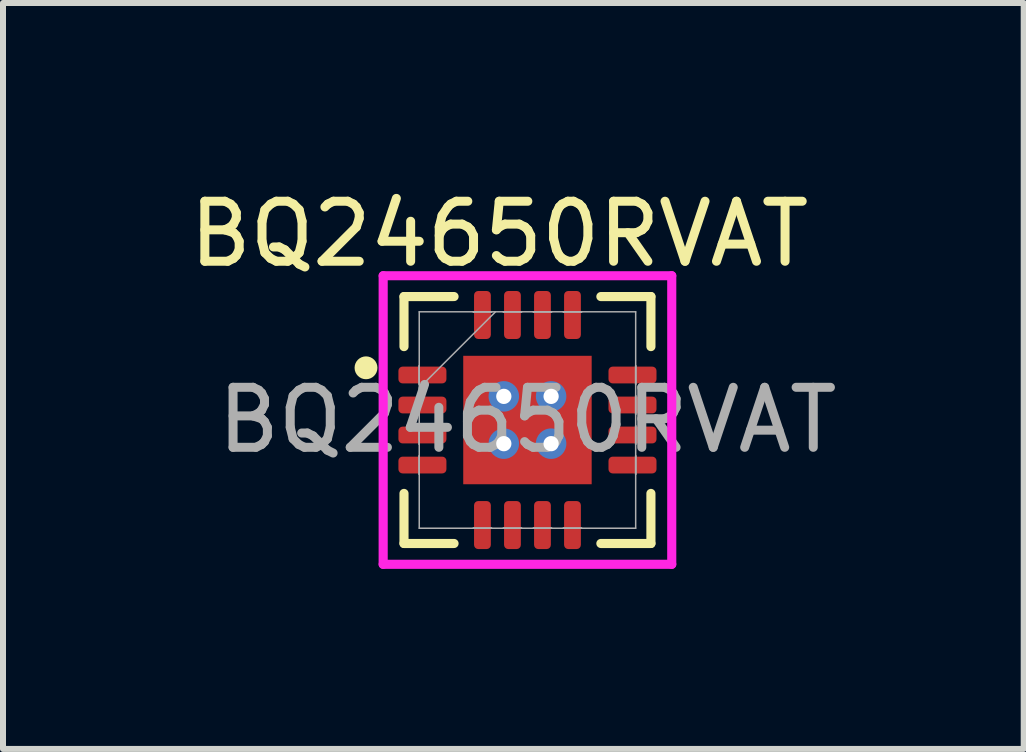
<source format=kicad_pcb>
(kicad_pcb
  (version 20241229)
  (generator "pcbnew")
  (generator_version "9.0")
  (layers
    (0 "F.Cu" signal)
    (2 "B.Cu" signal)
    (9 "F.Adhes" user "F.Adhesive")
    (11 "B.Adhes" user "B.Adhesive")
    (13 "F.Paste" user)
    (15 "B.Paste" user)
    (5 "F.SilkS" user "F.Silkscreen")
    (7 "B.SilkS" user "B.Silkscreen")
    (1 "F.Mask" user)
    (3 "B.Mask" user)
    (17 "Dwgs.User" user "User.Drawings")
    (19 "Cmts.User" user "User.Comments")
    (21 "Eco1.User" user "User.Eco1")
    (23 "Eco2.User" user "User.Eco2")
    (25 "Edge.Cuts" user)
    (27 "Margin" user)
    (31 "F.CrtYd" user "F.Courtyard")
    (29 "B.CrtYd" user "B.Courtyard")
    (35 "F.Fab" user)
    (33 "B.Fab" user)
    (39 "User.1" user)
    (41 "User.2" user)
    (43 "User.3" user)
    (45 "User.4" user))
  (footprint "BQ24650RVAT"
    (layer "F.Cu")
    (at 5.738 3.948)
    (property "Reference" "BQ24650RVAT" (at -0.47 -3.1 0) (unlocked yes) (layer "F.SilkS") (effects (font (size 1 1) (thickness 0.15))))
    (attr smd)
    (fp_poly (pts (xy -2.22 -0.96) (xy -2.22 -0.54) (xy -1.28 -0.54) (xy -1.28 -0.96)) (stroke (width 0) (type solid)) (fill yes) (layer "F.Mask"))
    (fp_poly (pts (xy -2.22 -0.46) (xy -2.22 -0.04) (xy -1.28 -0.04) (xy -1.28 -0.46)) (stroke (width 0) (type solid)) (fill yes) (layer "F.Mask"))
    (fp_poly (pts (xy -2.22 0.04) (xy -2.22 0.46) (xy -1.28 0.46) (xy -1.28 0.04)) (stroke (width 0) (type solid)) (fill yes) (layer "F.Mask"))
    (fp_poly (pts (xy -2.22 0.54) (xy -2.22 0.96) (xy -1.28 0.96) (xy -1.28 0.54)) (stroke (width 0) (type solid)) (fill yes) (layer "F.Mask"))
    (fp_poly (pts (xy -1.133 -1.133) (xy -0.594 -1.133) (xy -0.594 1.133) (xy -1.133 1.133)) (stroke (width 0) (type solid)) (fill yes) (layer "F.Mask"))
    (fp_poly (pts (xy -1.133 -1.133) (xy 1.133 -1.133) (xy 1.133 -0.594) (xy -1.133 -0.594)) (stroke (width 0) (type solid)) (fill yes) (layer "F.Mask"))
    (fp_poly (pts (xy -1.133 -0.194) (xy 1.133 -0.194) (xy 1.133 0.194) (xy -1.133 0.194)) (stroke (width 0) (type solid)) (fill yes) (layer "F.Mask"))
    (fp_poly (pts (xy -1.133 0.594) (xy 1.133 0.594) (xy 1.133 1.133) (xy -1.133 1.133)) (stroke (width 0) (type solid)) (fill yes) (layer "F.Mask"))
    (fp_poly (pts (xy -0.96 -2.22) (xy -0.96 -1.28) (xy -0.54 -1.28) (xy -0.54 -2.22)) (stroke (width 0) (type solid)) (fill yes) (layer "F.Mask"))
    (fp_poly (pts (xy -0.96 1.28) (xy -0.96 2.22) (xy -0.54 2.22) (xy -0.54 1.28)) (stroke (width 0) (type solid)) (fill yes) (layer "F.Mask"))
    (fp_poly (pts (xy -0.46 -2.22) (xy -0.46 -1.28) (xy -0.04 -1.28) (xy -0.04 -2.22)) (stroke (width 0) (type solid)) (fill yes) (layer "F.Mask"))
    (fp_poly (pts (xy -0.46 1.28) (xy -0.46 2.22) (xy -0.04 2.22) (xy -0.04 1.28)) (stroke (width 0) (type solid)) (fill yes) (layer "F.Mask"))
    (fp_poly (pts (xy 0.04 -2.22) (xy 0.04 -1.28) (xy 0.46 -1.28) (xy 0.46 -2.22)) (stroke (width 0) (type solid)) (fill yes) (layer "F.Mask"))
    (fp_poly (pts (xy 0.04 1.28) (xy 0.04 2.22) (xy 0.46 2.22) (xy 0.46 1.28)) (stroke (width 0) (type solid)) (fill yes) (layer "F.Mask"))
    (fp_poly (pts (xy 0.194 -1.133) (xy -0.194 -1.133) (xy -0.194 1.133) (xy 0.194 1.133)) (stroke (width 0) (type solid)) (fill yes) (layer "F.Mask"))
    (fp_poly (pts (xy 0.54 -2.22) (xy 0.54 -1.28) (xy 0.96 -1.28) (xy 0.96 -2.22)) (stroke (width 0) (type solid)) (fill yes) (layer "F.Mask"))
    (fp_poly (pts (xy 0.54 1.28) (xy 0.54 2.22) (xy 0.96 2.22) (xy 0.96 1.28)) (stroke (width 0) (type solid)) (fill yes) (layer "F.Mask"))
    (fp_poly (pts (xy 0.594 -1.133) (xy 1.133 -1.133) (xy 1.133 1.133) (xy 0.594 1.133)) (stroke (width 0) (type solid)) (fill yes) (layer "F.Mask"))
    (fp_poly (pts (xy 1.28 -0.96) (xy 1.28 -0.54) (xy 2.22 -0.54) (xy 2.22 -0.96)) (stroke (width 0) (type solid)) (fill yes) (layer "F.Mask"))
    (fp_poly (pts (xy 1.28 -0.46) (xy 1.28 -0.04) (xy 2.22 -0.04) (xy 2.22 -0.46)) (stroke (width 0) (type solid)) (fill yes) (layer "F.Mask"))
    (fp_poly (pts (xy 1.28 0.04) (xy 1.28 0.46) (xy 2.22 0.46) (xy 2.22 0.04)) (stroke (width 0) (type solid)) (fill yes) (layer "F.Mask"))
    (fp_poly (pts (xy 1.28 0.54) (xy 1.28 0.96) (xy 2.22 0.96) (xy 2.22 0.54)) (stroke (width 0) (type solid)) (fill yes) (layer "F.Mask"))
    (fp_line (start -2.057 -2.057) (end -2.057 -1.223) (stroke (width 0.152) (type solid)) (layer "F.SilkS"))
    (fp_line (start -2.057 1.223) (end -2.057 2.057) (stroke (width 0.152) (type solid)) (layer "F.SilkS"))
    (fp_line (start -2.057 2.057) (end -1.223 2.057) (stroke (width 0.152) (type solid)) (layer "F.SilkS"))
    (fp_line (start -1.223 -2.057) (end -2.057 -2.057) (stroke (width 0.152) (type solid)) (layer "F.SilkS"))
    (fp_line (start 1.223 2.057) (end 2.057 2.057) (stroke (width 0.152) (type solid)) (layer "F.SilkS"))
    (fp_line (start 2.057 -2.057) (end 1.223 -2.057) (stroke (width 0.152) (type solid)) (layer "F.SilkS"))
    (fp_line (start 2.057 -1.223) (end 2.057 -2.057) (stroke (width 0.152) (type solid)) (layer "F.SilkS"))
    (fp_line (start 2.057 2.057) (end 2.057 1.223) (stroke (width 0.152) (type solid)) (layer "F.SilkS"))
    (fp_circle (center -2.69 -0.87) (end -2.55 -0.86) (stroke (width 0.1) (type solid)) (fill yes) (layer "F.SilkS"))
    (fp_poly (pts (xy -2.125 -0.865) (xy -2.125 -0.635) (xy -1.375 -0.635) (xy -1.375 -0.865)) (stroke (width 0) (type solid)) (fill yes) (layer "F.Paste"))
    (fp_poly (pts (xy -2.125 -0.365) (xy -2.125 -0.135) (xy -1.375 -0.135) (xy -1.375 -0.365)) (stroke (width 0) (type solid)) (fill yes) (layer "F.Paste"))
    (fp_poly (pts (xy -2.125 0.135) (xy -2.125 0.365) (xy -1.375 0.365) (xy -1.375 0.135)) (stroke (width 0) (type solid)) (fill yes) (layer "F.Paste"))
    (fp_poly (pts (xy -2.125 0.635) (xy -2.125 0.865) (xy -1.375 0.865) (xy -1.375 0.635)) (stroke (width 0) (type solid)) (fill yes) (layer "F.Paste"))
    (fp_poly (pts (xy -0.865 -2.125) (xy -0.865 -1.375) (xy -0.635 -1.375) (xy -0.635 -2.125)) (stroke (width 0) (type solid)) (fill yes) (layer "F.Paste"))
    (fp_poly (pts (xy -0.865 1.375) (xy -0.865 2.125) (xy -0.635 2.125) (xy -0.635 1.375)) (stroke (width 0) (type solid)) (fill yes) (layer "F.Paste"))
    (fp_poly (pts (xy -0.365 -2.125) (xy -0.365 -1.375) (xy -0.135 -1.375) (xy -0.135 -2.125)) (stroke (width 0) (type solid)) (fill yes) (layer "F.Paste"))
    (fp_poly (pts (xy -0.365 1.375) (xy -0.365 2.125) (xy -0.135 2.125) (xy -0.135 1.375)) (stroke (width 0) (type solid)) (fill yes) (layer "F.Paste"))
    (fp_poly (pts (xy 0.135 -2.125) (xy 0.135 -1.375) (xy 0.365 -1.375) (xy 0.365 -2.125)) (stroke (width 0) (type solid)) (fill yes) (layer "F.Paste"))
    (fp_poly (pts (xy 0.135 1.375) (xy 0.135 2.125) (xy 0.365 2.125) (xy 0.365 1.375)) (stroke (width 0) (type solid)) (fill yes) (layer "F.Paste"))
    (fp_poly (pts (xy 0.635 -2.125) (xy 0.635 -1.375) (xy 0.865 -1.375) (xy 0.865 -2.125)) (stroke (width 0) (type solid)) (fill yes) (layer "F.Paste"))
    (fp_poly (pts (xy 0.635 1.375) (xy 0.635 2.125) (xy 0.865 2.125) (xy 0.865 1.375)) (stroke (width 0) (type solid)) (fill yes) (layer "F.Paste"))
    (fp_poly (pts (xy 1.375 -0.865) (xy 1.375 -0.635) (xy 2.125 -0.635) (xy 2.125 -0.865)) (stroke (width 0) (type solid)) (fill yes) (layer "F.Paste"))
    (fp_poly (pts (xy 1.375 -0.365) (xy 1.375 -0.135) (xy 2.125 -0.135) (xy 2.125 -0.365)) (stroke (width 0) (type solid)) (fill yes) (layer "F.Paste"))
    (fp_poly (pts (xy 1.375 0.135) (xy 1.375 0.365) (xy 2.125 0.365) (xy 2.125 0.135)) (stroke (width 0) (type solid)) (fill yes) (layer "F.Paste"))
    (fp_poly (pts (xy 1.375 0.635) (xy 1.375 0.865) (xy 2.125 0.865) (xy 2.125 0.635)) (stroke (width 0) (type solid)) (fill yes) (layer "F.Paste"))
    (fp_poly (pts (xy -0.995 -0.995) (xy -0.995 -0.494) (xy -0.635 -0.494) (xy -0.494 -0.635) (xy -0.494 -0.995)) (stroke (width 0) (type solid)) (fill yes) (layer "F.Paste"))
    (fp_poly (pts (xy -0.995 0.494) (xy -0.995 0.995) (xy -0.494 0.995) (xy -0.494 0.635) (xy -0.635 0.494)) (stroke (width 0) (type solid)) (fill yes) (layer "F.Paste"))
    (fp_poly (pts (xy 0.494 -0.995) (xy 0.494 -0.635) (xy 0.635 -0.494) (xy 0.995 -0.494) (xy 0.995 -0.995)) (stroke (width 0) (type solid)) (fill yes) (layer "F.Paste"))
    (fp_poly (pts (xy 0.635 0.494) (xy 0.494 0.635) (xy 0.494 0.995) (xy 0.995 0.995) (xy 0.995 0.494)) (stroke (width 0) (type solid)) (fill yes) (layer "F.Paste"))
    (fp_poly (pts (xy -0.995 -0.294) (xy -0.995 0.294) (xy -0.635 0.294) (xy -0.494 0.152) (xy -0.494 -0.152) (xy -0.635 -0.294)) (stroke (width 0) (type solid)) (fill yes) (layer "F.Paste"))
    (fp_poly (pts (xy -0.294 -0.995) (xy -0.294 -0.635) (xy -0.152 -0.494) (xy 0.152 -0.494) (xy 0.294 -0.635) (xy 0.294 -0.995)) (stroke (width 0) (type solid)) (fill yes) (layer "F.Paste"))
    (fp_poly (pts (xy -0.152 0.494) (xy -0.294 0.635) (xy -0.294 0.995) (xy 0.294 0.995) (xy 0.294 0.635) (xy 0.152 0.494)) (stroke (width 0) (type solid)) (fill yes) (layer "F.Paste"))
    (fp_poly (pts (xy 0.635 -0.294) (xy 0.494 -0.152) (xy 0.494 0.152) (xy 0.635 0.294) (xy 0.995 0.294) (xy 0.995 -0.294)) (stroke (width 0) (type solid)) (fill yes) (layer "F.Paste"))
    (fp_poly (pts (xy -0.152 -0.294) (xy -0.294 -0.152) (xy -0.294 0.152) (xy -0.152 0.294) (xy 0.152 0.294) (xy 0.294 0.152) (xy 0.294 -0.152) (xy 0.152 -0.294)) (stroke (width 0) (type solid)) (fill yes) (layer "F.Paste"))
    (fp_line (start -2.404 -2.404) (end 2.404 -2.404) (stroke (width 0.152) (type solid)) (layer "F.CrtYd"))
    (fp_line (start -2.404 2.404) (end -2.404 -2.404) (stroke (width 0.152) (type solid)) (layer "F.CrtYd"))
    (fp_line (start 2.404 -2.404) (end 2.404 2.404) (stroke (width 0.152) (type solid)) (layer "F.CrtYd"))
    (fp_line (start 2.404 2.404) (end -2.404 2.404) (stroke (width 0.152) (type solid)) (layer "F.CrtYd"))
    (fp_line (start -1.803 -1.803) (end -1.803 1.803) (stroke (width 0.025) (type solid)) (layer "F.Fab"))
    (fp_line (start -1.803 -0.902) (end -1.803 -0.902) (stroke (width 0.025) (type solid)) (layer "F.Fab"))
    (fp_line (start -1.803 -0.902) (end -1.803 -0.598) (stroke (width 0.025) (type solid)) (layer "F.Fab"))
    (fp_line (start -1.803 -0.598) (end -1.803 -0.902) (stroke (width 0.025) (type solid)) (layer "F.Fab"))
    (fp_line (start -1.803 -0.598) (end -1.803 -0.598) (stroke (width 0.025) (type solid)) (layer "F.Fab"))
    (fp_line (start -1.803 -0.533) (end -0.533 -1.803) (stroke (width 0.025) (type solid)) (layer "F.Fab"))
    (fp_line (start -1.803 -0.402) (end -1.803 -0.402) (stroke (width 0.025) (type solid)) (layer "F.Fab"))
    (fp_line (start -1.803 -0.402) (end -1.803 -0.098) (stroke (width 0.025) (type solid)) (layer "F.Fab"))
    (fp_line (start -1.803 -0.098) (end -1.803 -0.402) (stroke (width 0.025) (type solid)) (layer "F.Fab"))
    (fp_line (start -1.803 -0.098) (end -1.803 -0.098) (stroke (width 0.025) (type solid)) (layer "F.Fab"))
    (fp_line (start -1.803 0.098) (end -1.803 0.098) (stroke (width 0.025) (type solid)) (layer "F.Fab"))
    (fp_line (start -1.803 0.098) (end -1.803 0.402) (stroke (width 0.025) (type solid)) (layer "F.Fab"))
    (fp_line (start -1.803 0.402) (end -1.803 0.098) (stroke (width 0.025) (type solid)) (layer "F.Fab"))
    (fp_line (start -1.803 0.402) (end -1.803 0.402) (stroke (width 0.025) (type solid)) (layer "F.Fab"))
    (fp_line (start -1.803 0.598) (end -1.803 0.598) (stroke (width 0.025) (type solid)) (layer "F.Fab"))
    (fp_line (start -1.803 0.598) (end -1.803 0.902) (stroke (width 0.025) (type solid)) (layer "F.Fab"))
    (fp_line (start -1.803 0.902) (end -1.803 0.598) (stroke (width 0.025) (type solid)) (layer "F.Fab"))
    (fp_line (start -1.803 0.902) (end -1.803 0.902) (stroke (width 0.025) (type solid)) (layer "F.Fab"))
    (fp_line (start -1.803 1.803) (end 1.803 1.803) (stroke (width 0.025) (type solid)) (layer "F.Fab"))
    (fp_line (start -0.902 -1.803) (end -0.902 -1.803) (stroke (width 0.025) (type solid)) (layer "F.Fab"))
    (fp_line (start -0.902 -1.803) (end -0.598 -1.803) (stroke (width 0.025) (type solid)) (layer "F.Fab"))
    (fp_line (start -0.902 1.803) (end -0.902 1.803) (stroke (width 0.025) (type solid)) (layer "F.Fab"))
    (fp_line (start -0.902 1.803) (end -0.598 1.803) (stroke (width 0.025) (type solid)) (layer "F.Fab"))
    (fp_line (start -0.598 -1.803) (end -0.902 -1.803) (stroke (width 0.025) (type solid)) (layer "F.Fab"))
    (fp_line (start -0.598 -1.803) (end -0.598 -1.803) (stroke (width 0.025) (type solid)) (layer "F.Fab"))
    (fp_line (start -0.598 1.803) (end -0.902 1.803) (stroke (width 0.025) (type solid)) (layer "F.Fab"))
    (fp_line (start -0.598 1.803) (end -0.598 1.803) (stroke (width 0.025) (type solid)) (layer "F.Fab"))
    (fp_line (start -0.402 -1.803) (end -0.402 -1.803) (stroke (width 0.025) (type solid)) (layer "F.Fab"))
    (fp_line (start -0.402 -1.803) (end -0.098 -1.803) (stroke (width 0.025) (type solid)) (layer "F.Fab"))
    (fp_line (start -0.402 1.803) (end -0.402 1.803) (stroke (width 0.025) (type solid)) (layer "F.Fab"))
    (fp_line (start -0.402 1.803) (end -0.098 1.803) (stroke (width 0.025) (type solid)) (layer "F.Fab"))
    (fp_line (start -0.098 -1.803) (end -0.402 -1.803) (stroke (width 0.025) (type solid)) (layer "F.Fab"))
    (fp_line (start -0.098 -1.803) (end -0.098 -1.803) (stroke (width 0.025) (type solid)) (layer "F.Fab"))
    (fp_line (start -0.098 1.803) (end -0.402 1.803) (stroke (width 0.025) (type solid)) (layer "F.Fab"))
    (fp_line (start -0.098 1.803) (end -0.098 1.803) (stroke (width 0.025) (type solid)) (layer "F.Fab"))
    (fp_line (start 0.098 -1.803) (end 0.098 -1.803) (stroke (width 0.025) (type solid)) (layer "F.Fab"))
    (fp_line (start 0.098 -1.803) (end 0.402 -1.803) (stroke (width 0.025) (type solid)) (layer "F.Fab"))
    (fp_line (start 0.098 1.803) (end 0.098 1.803) (stroke (width 0.025) (type solid)) (layer "F.Fab"))
    (fp_line (start 0.098 1.803) (end 0.402 1.803) (stroke (width 0.025) (type solid)) (layer "F.Fab"))
    (fp_line (start 0.402 -1.803) (end 0.098 -1.803) (stroke (width 0.025) (type solid)) (layer "F.Fab"))
    (fp_line (start 0.402 -1.803) (end 0.402 -1.803) (stroke (width 0.025) (type solid)) (layer "F.Fab"))
    (fp_line (start 0.402 1.803) (end 0.098 1.803) (stroke (width 0.025) (type solid)) (layer "F.Fab"))
    (fp_line (start 0.402 1.803) (end 0.402 1.803) (stroke (width 0.025) (type solid)) (layer "F.Fab"))
    (fp_line (start 0.598 -1.803) (end 0.598 -1.803) (stroke (width 0.025) (type solid)) (layer "F.Fab"))
    (fp_line (start 0.598 -1.803) (end 0.902 -1.803) (stroke (width 0.025) (type solid)) (layer "F.Fab"))
    (fp_line (start 0.598 1.803) (end 0.598 1.803) (stroke (width 0.025) (type solid)) (layer "F.Fab"))
    (fp_line (start 0.598 1.803) (end 0.902 1.803) (stroke (width 0.025) (type solid)) (layer "F.Fab"))
    (fp_line (start 0.902 -1.803) (end 0.598 -1.803) (stroke (width 0.025) (type solid)) (layer "F.Fab"))
    (fp_line (start 0.902 -1.803) (end 0.902 -1.803) (stroke (width 0.025) (type solid)) (layer "F.Fab"))
    (fp_line (start 0.902 1.803) (end 0.598 1.803) (stroke (width 0.025) (type solid)) (layer "F.Fab"))
    (fp_line (start 0.902 1.803) (end 0.902 1.803) (stroke (width 0.025) (type solid)) (layer "F.Fab"))
    (fp_line (start 1.803 -1.803) (end -1.803 -1.803) (stroke (width 0.025) (type solid)) (layer "F.Fab"))
    (fp_line (start 1.803 -0.902) (end 1.803 -0.902) (stroke (width 0.025) (type solid)) (layer "F.Fab"))
    (fp_line (start 1.803 -0.902) (end 1.803 -0.598) (stroke (width 0.025) (type solid)) (layer "F.Fab"))
    (fp_line (start 1.803 -0.598) (end 1.803 -0.902) (stroke (width 0.025) (type solid)) (layer "F.Fab"))
    (fp_line (start 1.803 -0.598) (end 1.803 -0.598) (stroke (width 0.025) (type solid)) (layer "F.Fab"))
    (fp_line (start 1.803 -0.402) (end 1.803 -0.402) (stroke (width 0.025) (type solid)) (layer "F.Fab"))
    (fp_line (start 1.803 -0.402) (end 1.803 -0.098) (stroke (width 0.025) (type solid)) (layer "F.Fab"))
    (fp_line (start 1.803 -0.098) (end 1.803 -0.402) (stroke (width 0.025) (type solid)) (layer "F.Fab"))
    (fp_line (start 1.803 -0.098) (end 1.803 -0.098) (stroke (width 0.025) (type solid)) (layer "F.Fab"))
    (fp_line (start 1.803 0.098) (end 1.803 0.098) (stroke (width 0.025) (type solid)) (layer "F.Fab"))
    (fp_line (start 1.803 0.098) (end 1.803 0.402) (stroke (width 0.025) (type solid)) (layer "F.Fab"))
    (fp_line (start 1.803 0.402) (end 1.803 0.098) (stroke (width 0.025) (type solid)) (layer "F.Fab"))
    (fp_line (start 1.803 0.402) (end 1.803 0.402) (stroke (width 0.025) (type solid)) (layer "F.Fab"))
    (fp_line (start 1.803 0.598) (end 1.803 0.598) (stroke (width 0.025) (type solid)) (layer "F.Fab"))
    (fp_line (start 1.803 0.598) (end 1.803 0.902) (stroke (width 0.025) (type solid)) (layer "F.Fab"))
    (fp_line (start 1.803 0.902) (end 1.803 0.598) (stroke (width 0.025) (type solid)) (layer "F.Fab"))
    (fp_line (start 1.803 0.902) (end 1.803 0.902) (stroke (width 0.025) (type solid)) (layer "F.Fab"))
    (fp_line (start 1.803 1.803) (end 1.803 -1.803) (stroke (width 0.025) (type solid)) (layer "F.Fab"))
    (fp_text user "${REFERENCE}" (at 0 0 0) (unlocked yes) (layer "F.Fab") (effects (font (size 1 1) (thickness 0.15))))
    (pad "1" smd roundrect (at -1.75 -0.75 90) (size 0.28 0.8) (layers "F.Cu" "F.Mask") (roundrect_rratio 0.25))
    (pad "2" smd roundrect (at -1.75 -0.25 90) (size 0.28 0.8) (layers "F.Cu" "F.Mask") (roundrect_rratio 0.25))
    (pad "3" smd roundrect (at -1.75 0.25 90) (size 0.28 0.8) (layers "F.Cu" "F.Mask") (roundrect_rratio 0.25))
    (pad "4" smd roundrect (at -1.75 0.75 90) (size 0.28 0.8) (layers "F.Cu" "F.Mask") (roundrect_rratio 0.25))
    (pad "5" smd roundrect (at -0.75 1.75) (size 0.28 0.8) (layers "F.Cu" "F.Mask") (roundrect_rratio 0.25))
    (pad "6" smd roundrect (at -0.25 1.75) (size 0.28 0.8) (layers "F.Cu" "F.Mask") (roundrect_rratio 0.25))
    (pad "7" smd roundrect (at 0.25 1.75) (size 0.28 0.8) (layers "F.Cu" "F.Mask") (roundrect_rratio 0.25))
    (pad "8" smd roundrect (at 0.75 1.75) (size 0.28 0.8) (layers "F.Cu" "F.Mask") (roundrect_rratio 0.25))
    (pad "9" smd roundrect (at 1.75 0.75 90) (size 0.28 0.8) (layers "F.Cu" "F.Mask") (roundrect_rratio 0.25))
    (pad "10" smd roundrect (at 1.75 0.25 90) (size 0.28 0.8) (layers "F.Cu" "F.Mask") (roundrect_rratio 0.25))
    (pad "11" smd roundrect (at 1.75 -0.25 90) (size 0.28 0.8) (layers "F.Cu" "F.Mask") (roundrect_rratio 0.25))
    (pad "12" smd roundrect (at 1.75 -0.75 90) (size 0.28 0.8) (layers "F.Cu" "F.Mask") (roundrect_rratio 0.25))
    (pad "13" smd roundrect (at 0.75 -1.75) (size 0.28 0.8) (layers "F.Cu" "F.Mask") (roundrect_rratio 0.25))
    (pad "14" smd roundrect (at 0.25 -1.75) (size 0.28 0.8) (layers "F.Cu" "F.Mask") (roundrect_rratio 0.25))
    (pad "15" smd roundrect (at -0.25 -1.75) (size 0.28 0.8) (layers "F.Cu" "F.Mask") (roundrect_rratio 0.25))
    (pad "16" smd roundrect (at -0.75 -1.75) (size 0.28 0.8) (layers "F.Cu" "F.Mask") (roundrect_rratio 0.25))
    (pad "17" smd rect (at 0 0) (size 2.14 2.14) (layers "F.Cu"))
    (pad "V" thru_hole circle (at -0.394 -0.394) (size 0.508 0.508) (drill 0.254) (layers "*.Cu" "*.Mask"))
    (pad "V" thru_hole circle (at -0.394 0.394) (size 0.508 0.508) (drill 0.254) (layers "*.Cu" "*.Mask"))
    (pad "V" thru_hole circle (at 0.394 -0.394) (size 0.508 0.508) (drill 0.254) (layers "*.Cu" "*.Mask"))
    (pad "V" thru_hole circle (at 0.394 0.394) (size 0.508 0.508) (drill 0.254) (layers "*.Cu" "*.Mask")))
  (gr_rect
    (start -3 -3)
    (end 14.006 9.428)
    (stroke (width 0.1) (type default))
    (fill no)
    (layer "Edge.Cuts")))
</source>
